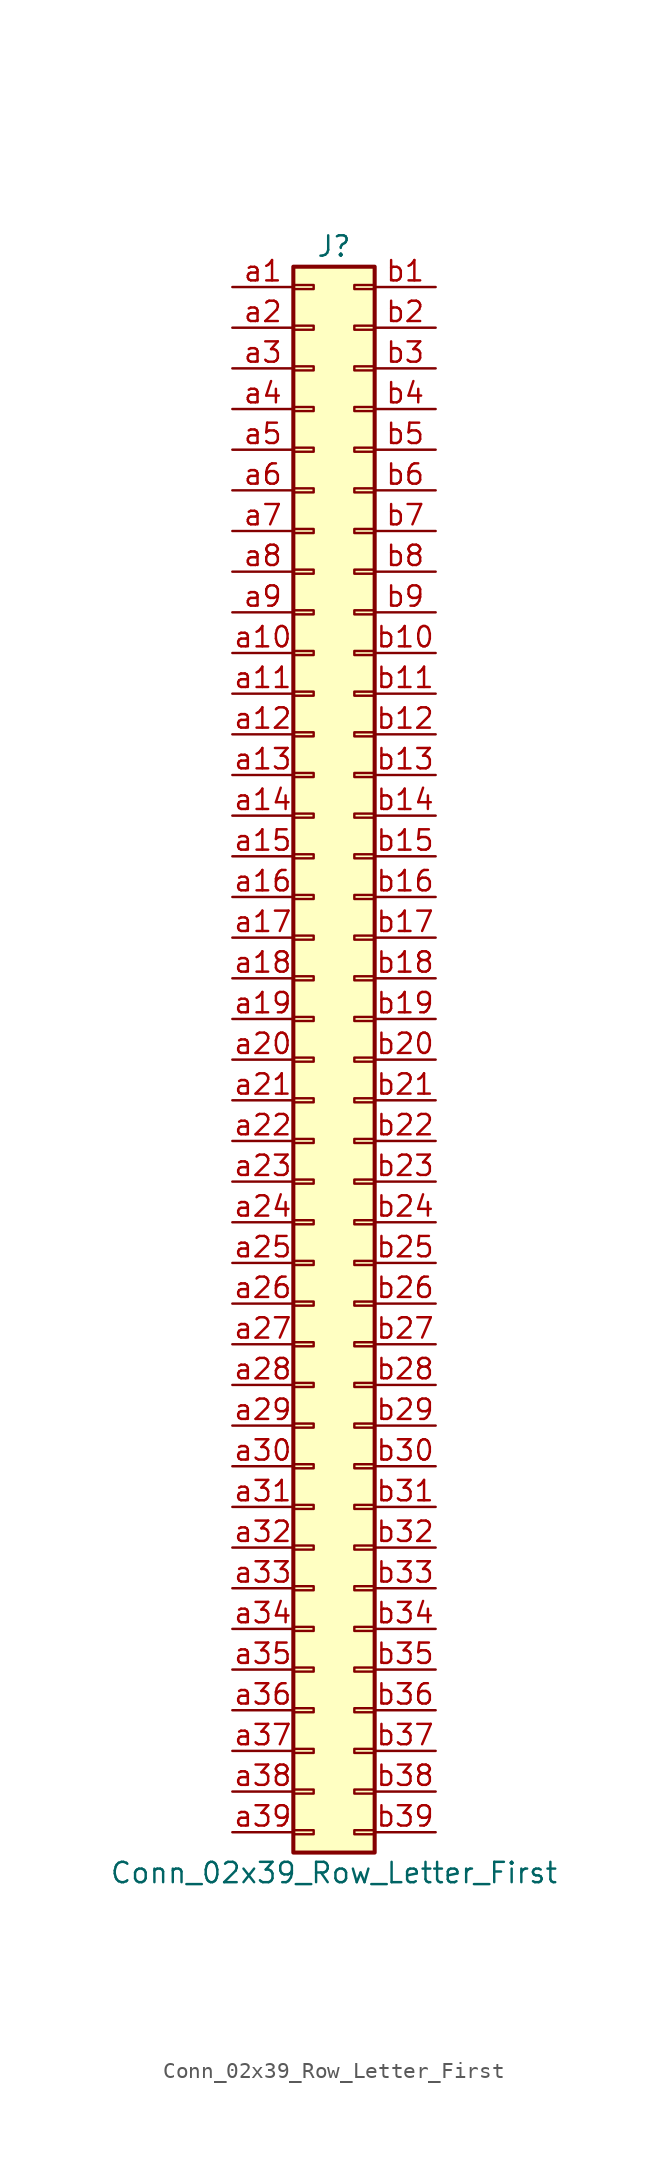
<source format=kicad_sym>
(kicad_symbol_lib
  (version 20201005)
  (generator kicad_symbol_editor)
  (symbol "Conn_02x39_Row_Letter_First"
    (pin_names
      (offset 1.016) hide)
    (property "Reference" "J"
      (at 1.27 50.8 0)
      (effects (font (size 1.27 1.27))))
    (property "Value" "Conn_02x39_Row_Letter_First"
      (at 1.27 -50.8 0)
      (effects (font (size 1.27 1.27))))
    (symbol "Conn_02x39_Row_Letter_First_1_1"
      (rectangle (start -1.27 -48.133) (end 0 -48.387) (stroke (width 0.152)) (fill (type none)))
      (rectangle (start -1.27 -45.593) (end 0 -45.847) (stroke (width 0.152)) (fill (type none)))
      (rectangle (start -1.27 -43.053) (end 0 -43.307) (stroke (width 0.152)) (fill (type none)))
      (rectangle (start -1.27 -40.513) (end 0 -40.767) (stroke (width 0.152)) (fill (type none)))
      (rectangle (start -1.27 -37.973) (end 0 -38.227) (stroke (width 0.152)) (fill (type none)))
      (rectangle (start -1.27 -35.433) (end 0 -35.687) (stroke (width 0.152)) (fill (type none)))
      (rectangle (start -1.27 -32.893) (end 0 -33.147) (stroke (width 0.152)) (fill (type none)))
      (rectangle (start -1.27 -30.353) (end 0 -30.607) (stroke (width 0.152)) (fill (type none)))
      (rectangle (start -1.27 -27.813) (end 0 -28.067) (stroke (width 0.152)) (fill (type none)))
      (rectangle (start -1.27 -25.273) (end 0 -25.527) (stroke (width 0.152)) (fill (type none)))
      (rectangle (start -1.27 -22.733) (end 0 -22.987) (stroke (width 0.152)) (fill (type none)))
      (rectangle (start -1.27 -20.193) (end 0 -20.447) (stroke (width 0.152)) (fill (type none)))
      (rectangle (start -1.27 -17.653) (end 0 -17.907) (stroke (width 0.152)) (fill (type none)))
      (rectangle (start -1.27 -15.113) (end 0 -15.367) (stroke (width 0.152)) (fill (type none)))
      (rectangle (start -1.27 -12.573) (end 0 -12.827) (stroke (width 0.152)) (fill (type none)))
      (rectangle (start -1.27 -10.033) (end 0 -10.287) (stroke (width 0.152)) (fill (type none)))
      (rectangle (start -1.27 -7.493) (end 0 -7.747) (stroke (width 0.152)) (fill (type none)))
      (rectangle (start -1.27 -4.953) (end 0 -5.207) (stroke (width 0.152)) (fill (type none)))
      (rectangle (start -1.27 -2.413) (end 0 -2.667) (stroke (width 0.152)) (fill (type none)))
      (rectangle (start -1.27 0.127) (end 0 -0.127) (stroke (width 0.152)) (fill (type none)))
      (rectangle (start -1.27 2.667) (end 0 2.413) (stroke (width 0.152)) (fill (type none)))
      (rectangle (start -1.27 5.207) (end 0 4.953) (stroke (width 0.152)) (fill (type none)))
      (rectangle (start -1.27 7.747) (end 0 7.493) (stroke (width 0.152)) (fill (type none)))
      (rectangle (start -1.27 10.287) (end 0 10.033) (stroke (width 0.152)) (fill (type none)))
      (rectangle (start -1.27 12.827) (end 0 12.573) (stroke (width 0.152)) (fill (type none)))
      (rectangle (start -1.27 15.367) (end 0 15.113) (stroke (width 0.152)) (fill (type none)))
      (rectangle (start -1.27 17.907) (end 0 17.653) (stroke (width 0.152)) (fill (type none)))
      (rectangle (start -1.27 20.447) (end 0 20.193) (stroke (width 0.152)) (fill (type none)))
      (rectangle (start -1.27 22.987) (end 0 22.733) (stroke (width 0.152)) (fill (type none)))
      (rectangle (start -1.27 25.527) (end 0 25.273) (stroke (width 0.152)) (fill (type none)))
      (rectangle (start -1.27 28.067) (end 0 27.813) (stroke (width 0.152)) (fill (type none)))
      (rectangle (start -1.27 30.607) (end 0 30.353) (stroke (width 0.152)) (fill (type none)))
      (rectangle (start -1.27 33.147) (end 0 32.893) (stroke (width 0.152)) (fill (type none)))
      (rectangle (start -1.27 35.687) (end 0 35.433) (stroke (width 0.152)) (fill (type none)))
      (rectangle (start -1.27 38.227) (end 0 37.973) (stroke (width 0.152)) (fill (type none)))
      (rectangle (start -1.27 40.767) (end 0 40.513) (stroke (width 0.152)) (fill (type none)))
      (rectangle (start -1.27 43.307) (end 0 43.053) (stroke (width 0.152)) (fill (type none)))
      (rectangle (start -1.27 45.847) (end 0 45.593) (stroke (width 0.152)) (fill (type none)))
      (rectangle (start -1.27 48.387) (end 0 48.133) (stroke (width 0.152)) (fill (type none)))
      (rectangle (start -1.27 49.53) (end 3.81 -49.53) (stroke (width 0.254)) (fill (type background)))
      (rectangle (start 3.81 -48.133) (end 2.54 -48.387) (stroke (width 0.152)) (fill (type none)))
      (rectangle (start 3.81 -45.593) (end 2.54 -45.847) (stroke (width 0.152)) (fill (type none)))
      (rectangle (start 3.81 -43.053) (end 2.54 -43.307) (stroke (width 0.152)) (fill (type none)))
      (rectangle (start 3.81 -40.513) (end 2.54 -40.767) (stroke (width 0.152)) (fill (type none)))
      (rectangle (start 3.81 -37.973) (end 2.54 -38.227) (stroke (width 0.152)) (fill (type none)))
      (rectangle (start 3.81 -35.433) (end 2.54 -35.687) (stroke (width 0.152)) (fill (type none)))
      (rectangle (start 3.81 -32.893) (end 2.54 -33.147) (stroke (width 0.152)) (fill (type none)))
      (rectangle (start 3.81 -30.353) (end 2.54 -30.607) (stroke (width 0.152)) (fill (type none)))
      (rectangle (start 3.81 -27.813) (end 2.54 -28.067) (stroke (width 0.152)) (fill (type none)))
      (rectangle (start 3.81 -25.273) (end 2.54 -25.527) (stroke (width 0.152)) (fill (type none)))
      (rectangle (start 3.81 -22.733) (end 2.54 -22.987) (stroke (width 0.152)) (fill (type none)))
      (rectangle (start 3.81 -20.193) (end 2.54 -20.447) (stroke (width 0.152)) (fill (type none)))
      (rectangle (start 3.81 -17.653) (end 2.54 -17.907) (stroke (width 0.152)) (fill (type none)))
      (rectangle (start 3.81 -15.113) (end 2.54 -15.367) (stroke (width 0.152)) (fill (type none)))
      (rectangle (start 3.81 -12.573) (end 2.54 -12.827) (stroke (width 0.152)) (fill (type none)))
      (rectangle (start 3.81 -10.033) (end 2.54 -10.287) (stroke (width 0.152)) (fill (type none)))
      (rectangle (start 3.81 -7.493) (end 2.54 -7.747) (stroke (width 0.152)) (fill (type none)))
      (rectangle (start 3.81 -4.953) (end 2.54 -5.207) (stroke (width 0.152)) (fill (type none)))
      (rectangle (start 3.81 -2.413) (end 2.54 -2.667) (stroke (width 0.152)) (fill (type none)))
      (rectangle (start 3.81 0.127) (end 2.54 -0.127) (stroke (width 0.152)) (fill (type none)))
      (rectangle (start 3.81 2.667) (end 2.54 2.413) (stroke (width 0.152)) (fill (type none)))
      (rectangle (start 3.81 5.207) (end 2.54 4.953) (stroke (width 0.152)) (fill (type none)))
      (rectangle (start 3.81 7.747) (end 2.54 7.493) (stroke (width 0.152)) (fill (type none)))
      (rectangle (start 3.81 10.287) (end 2.54 10.033) (stroke (width 0.152)) (fill (type none)))
      (rectangle (start 3.81 12.827) (end 2.54 12.573) (stroke (width 0.152)) (fill (type none)))
      (rectangle (start 3.81 15.367) (end 2.54 15.113) (stroke (width 0.152)) (fill (type none)))
      (rectangle (start 3.81 17.907) (end 2.54 17.653) (stroke (width 0.152)) (fill (type none)))
      (rectangle (start 3.81 20.447) (end 2.54 20.193) (stroke (width 0.152)) (fill (type none)))
      (rectangle (start 3.81 22.987) (end 2.54 22.733) (stroke (width 0.152)) (fill (type none)))
      (rectangle (start 3.81 25.527) (end 2.54 25.273) (stroke (width 0.152)) (fill (type none)))
      (rectangle (start 3.81 28.067) (end 2.54 27.813) (stroke (width 0.152)) (fill (type none)))
      (rectangle (start 3.81 30.607) (end 2.54 30.353) (stroke (width 0.152)) (fill (type none)))
      (rectangle (start 3.81 33.147) (end 2.54 32.893) (stroke (width 0.152)) (fill (type none)))
      (rectangle (start 3.81 35.687) (end 2.54 35.433) (stroke (width 0.152)) (fill (type none)))
      (rectangle (start 3.81 38.227) (end 2.54 37.973) (stroke (width 0.152)) (fill (type none)))
      (rectangle (start 3.81 40.767) (end 2.54 40.513) (stroke (width 0.152)) (fill (type none)))
      (rectangle (start 3.81 43.307) (end 2.54 43.053) (stroke (width 0.152)) (fill (type none)))
      (rectangle (start 3.81 45.847) (end 2.54 45.593) (stroke (width 0.152)) (fill (type none)))
      (rectangle (start 3.81 48.387) (end 2.54 48.133) (stroke (width 0.152)) (fill (type none)))
      (pin passive line (at -5.08 48.26 0) (length 3.81) (name "Pin_a1" (effects (font (size 1.27 1.27)))) (number "a1" (effects (font (size 1.27 1.27)))))
      (pin passive line (at -5.08 25.4 0) (length 3.81) (name "Pin_a10" (effects (font (size 1.27 1.27)))) (number "a10" (effects (font (size 1.27 1.27)))))
      (pin passive line (at -5.08 22.86 0) (length 3.81) (name "Pin_a11" (effects (font (size 1.27 1.27)))) (number "a11" (effects (font (size 1.27 1.27)))))
      (pin passive line (at -5.08 20.32 0) (length 3.81) (name "Pin_a12" (effects (font (size 1.27 1.27)))) (number "a12" (effects (font (size 1.27 1.27)))))
      (pin passive line (at -5.08 17.78 0) (length 3.81) (name "Pin_a13" (effects (font (size 1.27 1.27)))) (number "a13" (effects (font (size 1.27 1.27)))))
      (pin passive line (at -5.08 15.24 0) (length 3.81) (name "Pin_a14" (effects (font (size 1.27 1.27)))) (number "a14" (effects (font (size 1.27 1.27)))))
      (pin passive line (at -5.08 12.7 0) (length 3.81) (name "Pin_a15" (effects (font (size 1.27 1.27)))) (number "a15" (effects (font (size 1.27 1.27)))))
      (pin passive line (at -5.08 10.16 0) (length 3.81) (name "Pin_a16" (effects (font (size 1.27 1.27)))) (number "a16" (effects (font (size 1.27 1.27)))))
      (pin passive line (at -5.08 7.62 0) (length 3.81) (name "Pin_a17" (effects (font (size 1.27 1.27)))) (number "a17" (effects (font (size 1.27 1.27)))))
      (pin passive line (at -5.08 5.08 0) (length 3.81) (name "Pin_a18" (effects (font (size 1.27 1.27)))) (number "a18" (effects (font (size 1.27 1.27)))))
      (pin passive line (at -5.08 2.54 0) (length 3.81) (name "Pin_a19" (effects (font (size 1.27 1.27)))) (number "a19" (effects (font (size 1.27 1.27)))))
      (pin passive line (at -5.08 45.72 0) (length 3.81) (name "Pin_a2" (effects (font (size 1.27 1.27)))) (number "a2" (effects (font (size 1.27 1.27)))))
      (pin passive line (at -5.08 0 0) (length 3.81) (name "Pin_a20" (effects (font (size 1.27 1.27)))) (number "a20" (effects (font (size 1.27 1.27)))))
      (pin passive line (at -5.08 -2.54 0) (length 3.81) (name "Pin_a21" (effects (font (size 1.27 1.27)))) (number "a21" (effects (font (size 1.27 1.27)))))
      (pin passive line (at -5.08 -5.08 0) (length 3.81) (name "Pin_a22" (effects (font (size 1.27 1.27)))) (number "a22" (effects (font (size 1.27 1.27)))))
      (pin passive line (at -5.08 -7.62 0) (length 3.81) (name "Pin_a23" (effects (font (size 1.27 1.27)))) (number "a23" (effects (font (size 1.27 1.27)))))
      (pin passive line (at -5.08 -10.16 0) (length 3.81) (name "Pin_a24" (effects (font (size 1.27 1.27)))) (number "a24" (effects (font (size 1.27 1.27)))))
      (pin passive line (at -5.08 -12.7 0) (length 3.81) (name "Pin_a25" (effects (font (size 1.27 1.27)))) (number "a25" (effects (font (size 1.27 1.27)))))
      (pin passive line (at -5.08 -15.24 0) (length 3.81) (name "Pin_a26" (effects (font (size 1.27 1.27)))) (number "a26" (effects (font (size 1.27 1.27)))))
      (pin passive line (at -5.08 -17.78 0) (length 3.81) (name "Pin_a27" (effects (font (size 1.27 1.27)))) (number "a27" (effects (font (size 1.27 1.27)))))
      (pin passive line (at -5.08 -20.32 0) (length 3.81) (name "Pin_a28" (effects (font (size 1.27 1.27)))) (number "a28" (effects (font (size 1.27 1.27)))))
      (pin passive line (at -5.08 -22.86 0) (length 3.81) (name "Pin_a29" (effects (font (size 1.27 1.27)))) (number "a29" (effects (font (size 1.27 1.27)))))
      (pin passive line (at -5.08 43.18 0) (length 3.81) (name "Pin_a3" (effects (font (size 1.27 1.27)))) (number "a3" (effects (font (size 1.27 1.27)))))
      (pin passive line (at -5.08 -25.4 0) (length 3.81) (name "Pin_a30" (effects (font (size 1.27 1.27)))) (number "a30" (effects (font (size 1.27 1.27)))))
      (pin passive line (at -5.08 -27.94 0) (length 3.81) (name "Pin_a31" (effects (font (size 1.27 1.27)))) (number "a31" (effects (font (size 1.27 1.27)))))
      (pin passive line (at -5.08 -30.48 0) (length 3.81) (name "Pin_a32" (effects (font (size 1.27 1.27)))) (number "a32" (effects (font (size 1.27 1.27)))))
      (pin passive line (at -5.08 -33.02 0) (length 3.81) (name "Pin_a33" (effects (font (size 1.27 1.27)))) (number "a33" (effects (font (size 1.27 1.27)))))
      (pin passive line (at -5.08 -35.56 0) (length 3.81) (name "Pin_a34" (effects (font (size 1.27 1.27)))) (number "a34" (effects (font (size 1.27 1.27)))))
      (pin passive line (at -5.08 -38.1 0) (length 3.81) (name "Pin_a35" (effects (font (size 1.27 1.27)))) (number "a35" (effects (font (size 1.27 1.27)))))
      (pin passive line (at -5.08 -40.64 0) (length 3.81) (name "Pin_a36" (effects (font (size 1.27 1.27)))) (number "a36" (effects (font (size 1.27 1.27)))))
      (pin passive line (at -5.08 -43.18 0) (length 3.81) (name "Pin_a37" (effects (font (size 1.27 1.27)))) (number "a37" (effects (font (size 1.27 1.27)))))
      (pin passive line (at -5.08 -45.72 0) (length 3.81) (name "Pin_a38" (effects (font (size 1.27 1.27)))) (number "a38" (effects (font (size 1.27 1.27)))))
      (pin passive line (at -5.08 -48.26 0) (length 3.81) (name "Pin_a39" (effects (font (size 1.27 1.27)))) (number "a39" (effects (font (size 1.27 1.27)))))
      (pin passive line (at -5.08 40.64 0) (length 3.81) (name "Pin_a4" (effects (font (size 1.27 1.27)))) (number "a4" (effects (font (size 1.27 1.27)))))
      (pin passive line (at -5.08 38.1 0) (length 3.81) (name "Pin_a5" (effects (font (size 1.27 1.27)))) (number "a5" (effects (font (size 1.27 1.27)))))
      (pin passive line (at -5.08 35.56 0) (length 3.81) (name "Pin_a6" (effects (font (size 1.27 1.27)))) (number "a6" (effects (font (size 1.27 1.27)))))
      (pin passive line (at -5.08 33.02 0) (length 3.81) (name "Pin_a7" (effects (font (size 1.27 1.27)))) (number "a7" (effects (font (size 1.27 1.27)))))
      (pin passive line (at -5.08 30.48 0) (length 3.81) (name "Pin_a8" (effects (font (size 1.27 1.27)))) (number "a8" (effects (font (size 1.27 1.27)))))
      (pin passive line (at -5.08 27.94 0) (length 3.81) (name "Pin_a9" (effects (font (size 1.27 1.27)))) (number "a9" (effects (font (size 1.27 1.27)))))
      (pin passive line (at 7.62 48.26 180) (length 3.81) (name "Pin_b1" (effects (font (size 1.27 1.27)))) (number "b1" (effects (font (size 1.27 1.27)))))
      (pin passive line (at 7.62 25.4 180) (length 3.81) (name "Pin_b10" (effects (font (size 1.27 1.27)))) (number "b10" (effects (font (size 1.27 1.27)))))
      (pin passive line (at 7.62 22.86 180) (length 3.81) (name "Pin_b11" (effects (font (size 1.27 1.27)))) (number "b11" (effects (font (size 1.27 1.27)))))
      (pin passive line (at 7.62 20.32 180) (length 3.81) (name "Pin_b12" (effects (font (size 1.27 1.27)))) (number "b12" (effects (font (size 1.27 1.27)))))
      (pin passive line (at 7.62 17.78 180) (length 3.81) (name "Pin_b13" (effects (font (size 1.27 1.27)))) (number "b13" (effects (font (size 1.27 1.27)))))
      (pin passive line (at 7.62 15.24 180) (length 3.81) (name "Pin_b14" (effects (font (size 1.27 1.27)))) (number "b14" (effects (font (size 1.27 1.27)))))
      (pin passive line (at 7.62 12.7 180) (length 3.81) (name "Pin_b15" (effects (font (size 1.27 1.27)))) (number "b15" (effects (font (size 1.27 1.27)))))
      (pin passive line (at 7.62 10.16 180) (length 3.81) (name "Pin_b16" (effects (font (size 1.27 1.27)))) (number "b16" (effects (font (size 1.27 1.27)))))
      (pin passive line (at 7.62 7.62 180) (length 3.81) (name "Pin_b17" (effects (font (size 1.27 1.27)))) (number "b17" (effects (font (size 1.27 1.27)))))
      (pin passive line (at 7.62 5.08 180) (length 3.81) (name "Pin_b18" (effects (font (size 1.27 1.27)))) (number "b18" (effects (font (size 1.27 1.27)))))
      (pin passive line (at 7.62 2.54 180) (length 3.81) (name "Pin_b19" (effects (font (size 1.27 1.27)))) (number "b19" (effects (font (size 1.27 1.27)))))
      (pin passive line (at 7.62 45.72 180) (length 3.81) (name "Pin_b2" (effects (font (size 1.27 1.27)))) (number "b2" (effects (font (size 1.27 1.27)))))
      (pin passive line (at 7.62 0 180) (length 3.81) (name "Pin_b20" (effects (font (size 1.27 1.27)))) (number "b20" (effects (font (size 1.27 1.27)))))
      (pin passive line (at 7.62 -2.54 180) (length 3.81) (name "Pin_b21" (effects (font (size 1.27 1.27)))) (number "b21" (effects (font (size 1.27 1.27)))))
      (pin passive line (at 7.62 -5.08 180) (length 3.81) (name "Pin_b22" (effects (font (size 1.27 1.27)))) (number "b22" (effects (font (size 1.27 1.27)))))
      (pin passive line (at 7.62 -7.62 180) (length 3.81) (name "Pin_b23" (effects (font (size 1.27 1.27)))) (number "b23" (effects (font (size 1.27 1.27)))))
      (pin passive line (at 7.62 -10.16 180) (length 3.81) (name "Pin_b24" (effects (font (size 1.27 1.27)))) (number "b24" (effects (font (size 1.27 1.27)))))
      (pin passive line (at 7.62 -12.7 180) (length 3.81) (name "Pin_b25" (effects (font (size 1.27 1.27)))) (number "b25" (effects (font (size 1.27 1.27)))))
      (pin passive line (at 7.62 -15.24 180) (length 3.81) (name "Pin_b26" (effects (font (size 1.27 1.27)))) (number "b26" (effects (font (size 1.27 1.27)))))
      (pin passive line (at 7.62 -17.78 180) (length 3.81) (name "Pin_b27" (effects (font (size 1.27 1.27)))) (number "b27" (effects (font (size 1.27 1.27)))))
      (pin passive line (at 7.62 -20.32 180) (length 3.81) (name "Pin_b28" (effects (font (size 1.27 1.27)))) (number "b28" (effects (font (size 1.27 1.27)))))
      (pin passive line (at 7.62 -22.86 180) (length 3.81) (name "Pin_b29" (effects (font (size 1.27 1.27)))) (number "b29" (effects (font (size 1.27 1.27)))))
      (pin passive line (at 7.62 43.18 180) (length 3.81) (name "Pin_b3" (effects (font (size 1.27 1.27)))) (number "b3" (effects (font (size 1.27 1.27)))))
      (pin passive line (at 7.62 -25.4 180) (length 3.81) (name "Pin_b30" (effects (font (size 1.27 1.27)))) (number "b30" (effects (font (size 1.27 1.27)))))
      (pin passive line (at 7.62 -27.94 180) (length 3.81) (name "Pin_b31" (effects (font (size 1.27 1.27)))) (number "b31" (effects (font (size 1.27 1.27)))))
      (pin passive line (at 7.62 -30.48 180) (length 3.81) (name "Pin_b32" (effects (font (size 1.27 1.27)))) (number "b32" (effects (font (size 1.27 1.27)))))
      (pin passive line (at 7.62 -33.02 180) (length 3.81) (name "Pin_b33" (effects (font (size 1.27 1.27)))) (number "b33" (effects (font (size 1.27 1.27)))))
      (pin passive line (at 7.62 -35.56 180) (length 3.81) (name "Pin_b34" (effects (font (size 1.27 1.27)))) (number "b34" (effects (font (size 1.27 1.27)))))
      (pin passive line (at 7.62 -38.1 180) (length 3.81) (name "Pin_b35" (effects (font (size 1.27 1.27)))) (number "b35" (effects (font (size 1.27 1.27)))))
      (pin passive line (at 7.62 -40.64 180) (length 3.81) (name "Pin_b36" (effects (font (size 1.27 1.27)))) (number "b36" (effects (font (size 1.27 1.27)))))
      (pin passive line (at 7.62 -43.18 180) (length 3.81) (name "Pin_b37" (effects (font (size 1.27 1.27)))) (number "b37" (effects (font (size 1.27 1.27)))))
      (pin passive line (at 7.62 -45.72 180) (length 3.81) (name "Pin_b38" (effects (font (size 1.27 1.27)))) (number "b38" (effects (font (size 1.27 1.27)))))
      (pin passive line (at 7.62 -48.26 180) (length 3.81) (name "Pin_b39" (effects (font (size 1.27 1.27)))) (number "b39" (effects (font (size 1.27 1.27)))))
      (pin passive line (at 7.62 40.64 180) (length 3.81) (name "Pin_b4" (effects (font (size 1.27 1.27)))) (number "b4" (effects (font (size 1.27 1.27)))))
      (pin passive line (at 7.62 38.1 180) (length 3.81) (name "Pin_b5" (effects (font (size 1.27 1.27)))) (number "b5" (effects (font (size 1.27 1.27)))))
      (pin passive line (at 7.62 35.56 180) (length 3.81) (name "Pin_b6" (effects (font (size 1.27 1.27)))) (number "b6" (effects (font (size 1.27 1.27)))))
      (pin passive line (at 7.62 33.02 180) (length 3.81) (name "Pin_b7" (effects (font (size 1.27 1.27)))) (number "b7" (effects (font (size 1.27 1.27)))))
      (pin passive line (at 7.62 30.48 180) (length 3.81) (name "Pin_b8" (effects (font (size 1.27 1.27)))) (number "b8" (effects (font (size 1.27 1.27)))))
      (pin passive line (at 7.62 27.94 180) (length 3.81) (name "Pin_b9" (effects (font (size 1.27 1.27)))) (number "b9" (effects (font (size 1.27 1.27))))))))
</source>
